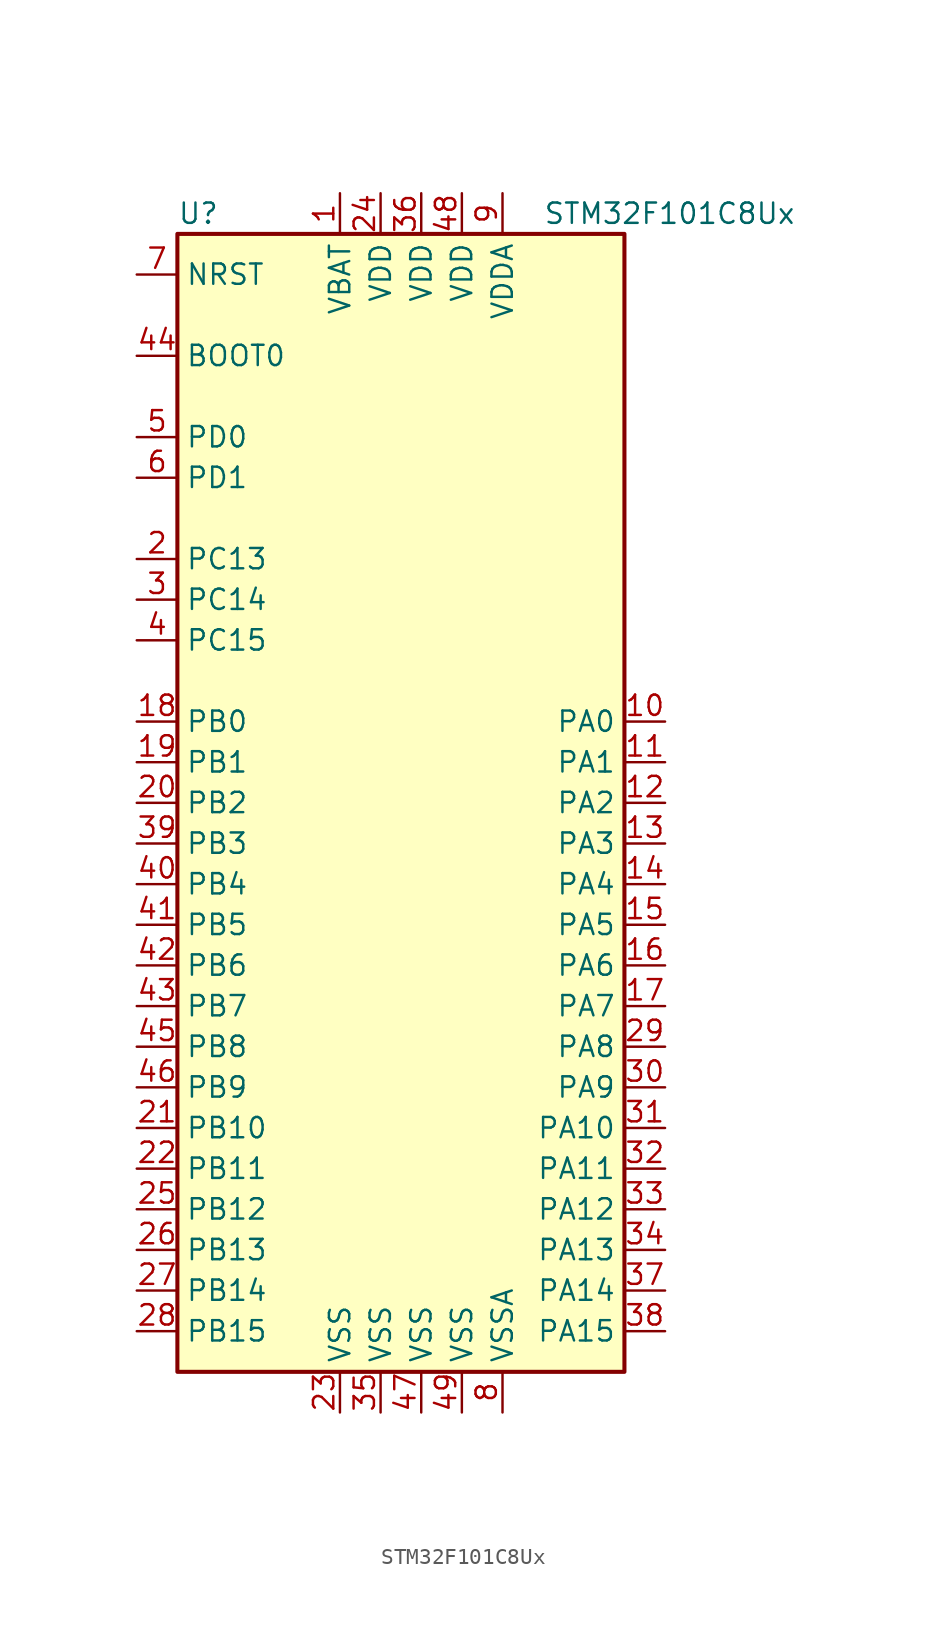
<source format=kicad_sym>
(kicad_symbol_lib
  (version 20211014)
  (generator kicad_symbol_editor)
  (symbol "STM32F101C8Ux"
    (property "Reference" "U"
      (at -15.24 36.83 0)
      (effects (font (size 1.27 1.27)) (justify left)))
    (property "Value" "STM32F101C8Ux"
      (at 7.62 36.83 0)
      (effects (font (size 1.27 1.27)) (justify left)))
    (symbol "STM32F101C8Ux_0_1"
      (rectangle (start -15.24 -35.56) (end 12.7 35.56) (stroke (width 0.254) (type default) (color 0 0 0 0)) (fill (type background))))
    (symbol "STM32F101C8Ux_1_1"
      (pin power_in line (at -5.08 38.1 270) (length 2.54) (name "VBAT" (effects (font (size 1.27 1.27)))) (number "1" (effects (font (size 1.27 1.27)))))
      (pin bidirectional line (at 15.24 5.08 180) (length 2.54) (name "PA0" (effects (font (size 1.27 1.27)))) (number "10" (effects (font (size 1.27 1.27)))))
      (pin bidirectional line (at 15.24 2.54 180) (length 2.54) (name "PA1" (effects (font (size 1.27 1.27)))) (number "11" (effects (font (size 1.27 1.27)))))
      (pin bidirectional line (at 15.24 0 180) (length 2.54) (name "PA2" (effects (font (size 1.27 1.27)))) (number "12" (effects (font (size 1.27 1.27)))))
      (pin bidirectional line (at 15.24 -2.54 180) (length 2.54) (name "PA3" (effects (font (size 1.27 1.27)))) (number "13" (effects (font (size 1.27 1.27)))))
      (pin bidirectional line (at 15.24 -5.08 180) (length 2.54) (name "PA4" (effects (font (size 1.27 1.27)))) (number "14" (effects (font (size 1.27 1.27)))))
      (pin bidirectional line (at 15.24 -7.62 180) (length 2.54) (name "PA5" (effects (font (size 1.27 1.27)))) (number "15" (effects (font (size 1.27 1.27)))))
      (pin bidirectional line (at 15.24 -10.16 180) (length 2.54) (name "PA6" (effects (font (size 1.27 1.27)))) (number "16" (effects (font (size 1.27 1.27)))))
      (pin bidirectional line (at 15.24 -12.7 180) (length 2.54) (name "PA7" (effects (font (size 1.27 1.27)))) (number "17" (effects (font (size 1.27 1.27)))))
      (pin bidirectional line (at -17.78 5.08 0) (length 2.54) (name "PB0" (effects (font (size 1.27 1.27)))) (number "18" (effects (font (size 1.27 1.27)))))
      (pin bidirectional line (at -17.78 2.54 0) (length 2.54) (name "PB1" (effects (font (size 1.27 1.27)))) (number "19" (effects (font (size 1.27 1.27)))))
      (pin bidirectional line (at -17.78 15.24 0) (length 2.54) (name "PC13" (effects (font (size 1.27 1.27)))) (number "2" (effects (font (size 1.27 1.27)))))
      (pin bidirectional line (at -17.78 0 0) (length 2.54) (name "PB2" (effects (font (size 1.27 1.27)))) (number "20" (effects (font (size 1.27 1.27)))))
      (pin bidirectional line (at -17.78 -20.32 0) (length 2.54) (name "PB10" (effects (font (size 1.27 1.27)))) (number "21" (effects (font (size 1.27 1.27)))))
      (pin bidirectional line (at -17.78 -22.86 0) (length 2.54) (name "PB11" (effects (font (size 1.27 1.27)))) (number "22" (effects (font (size 1.27 1.27)))))
      (pin power_in line (at -5.08 -38.1 90) (length 2.54) (name "VSS" (effects (font (size 1.27 1.27)))) (number "23" (effects (font (size 1.27 1.27)))))
      (pin power_in line (at -2.54 38.1 270) (length 2.54) (name "VDD" (effects (font (size 1.27 1.27)))) (number "24" (effects (font (size 1.27 1.27)))))
      (pin bidirectional line (at -17.78 -25.4 0) (length 2.54) (name "PB12" (effects (font (size 1.27 1.27)))) (number "25" (effects (font (size 1.27 1.27)))))
      (pin bidirectional line (at -17.78 -27.94 0) (length 2.54) (name "PB13" (effects (font (size 1.27 1.27)))) (number "26" (effects (font (size 1.27 1.27)))))
      (pin bidirectional line (at -17.78 -30.48 0) (length 2.54) (name "PB14" (effects (font (size 1.27 1.27)))) (number "27" (effects (font (size 1.27 1.27)))))
      (pin bidirectional line (at -17.78 -33.02 0) (length 2.54) (name "PB15" (effects (font (size 1.27 1.27)))) (number "28" (effects (font (size 1.27 1.27)))))
      (pin bidirectional line (at 15.24 -15.24 180) (length 2.54) (name "PA8" (effects (font (size 1.27 1.27)))) (number "29" (effects (font (size 1.27 1.27)))))
      (pin bidirectional line (at -17.78 12.7 0) (length 2.54) (name "PC14" (effects (font (size 1.27 1.27)))) (number "3" (effects (font (size 1.27 1.27)))))
      (pin bidirectional line (at 15.24 -17.78 180) (length 2.54) (name "PA9" (effects (font (size 1.27 1.27)))) (number "30" (effects (font (size 1.27 1.27)))))
      (pin bidirectional line (at 15.24 -20.32 180) (length 2.54) (name "PA10" (effects (font (size 1.27 1.27)))) (number "31" (effects (font (size 1.27 1.27)))))
      (pin bidirectional line (at 15.24 -22.86 180) (length 2.54) (name "PA11" (effects (font (size 1.27 1.27)))) (number "32" (effects (font (size 1.27 1.27)))))
      (pin bidirectional line (at 15.24 -25.4 180) (length 2.54) (name "PA12" (effects (font (size 1.27 1.27)))) (number "33" (effects (font (size 1.27 1.27)))))
      (pin bidirectional line (at 15.24 -27.94 180) (length 2.54) (name "PA13" (effects (font (size 1.27 1.27)))) (number "34" (effects (font (size 1.27 1.27)))))
      (pin power_in line (at -2.54 -38.1 90) (length 2.54) (name "VSS" (effects (font (size 1.27 1.27)))) (number "35" (effects (font (size 1.27 1.27)))))
      (pin power_in line (at 0 38.1 270) (length 2.54) (name "VDD" (effects (font (size 1.27 1.27)))) (number "36" (effects (font (size 1.27 1.27)))))
      (pin bidirectional line (at 15.24 -30.48 180) (length 2.54) (name "PA14" (effects (font (size 1.27 1.27)))) (number "37" (effects (font (size 1.27 1.27)))))
      (pin bidirectional line (at 15.24 -33.02 180) (length 2.54) (name "PA15" (effects (font (size 1.27 1.27)))) (number "38" (effects (font (size 1.27 1.27)))))
      (pin bidirectional line (at -17.78 -2.54 0) (length 2.54) (name "PB3" (effects (font (size 1.27 1.27)))) (number "39" (effects (font (size 1.27 1.27)))))
      (pin bidirectional line (at -17.78 10.16 0) (length 2.54) (name "PC15" (effects (font (size 1.27 1.27)))) (number "4" (effects (font (size 1.27 1.27)))))
      (pin bidirectional line (at -17.78 -5.08 0) (length 2.54) (name "PB4" (effects (font (size 1.27 1.27)))) (number "40" (effects (font (size 1.27 1.27)))))
      (pin bidirectional line (at -17.78 -7.62 0) (length 2.54) (name "PB5" (effects (font (size 1.27 1.27)))) (number "41" (effects (font (size 1.27 1.27)))))
      (pin bidirectional line (at -17.78 -10.16 0) (length 2.54) (name "PB6" (effects (font (size 1.27 1.27)))) (number "42" (effects (font (size 1.27 1.27)))))
      (pin bidirectional line (at -17.78 -12.7 0) (length 2.54) (name "PB7" (effects (font (size 1.27 1.27)))) (number "43" (effects (font (size 1.27 1.27)))))
      (pin input line (at -17.78 27.94 0) (length 2.54) (name "BOOT0" (effects (font (size 1.27 1.27)))) (number "44" (effects (font (size 1.27 1.27)))))
      (pin bidirectional line (at -17.78 -15.24 0) (length 2.54) (name "PB8" (effects (font (size 1.27 1.27)))) (number "45" (effects (font (size 1.27 1.27)))))
      (pin bidirectional line (at -17.78 -17.78 0) (length 2.54) (name "PB9" (effects (font (size 1.27 1.27)))) (number "46" (effects (font (size 1.27 1.27)))))
      (pin power_in line (at 0 -38.1 90) (length 2.54) (name "VSS" (effects (font (size 1.27 1.27)))) (number "47" (effects (font (size 1.27 1.27)))))
      (pin power_in line (at 2.54 38.1 270) (length 2.54) (name "VDD" (effects (font (size 1.27 1.27)))) (number "48" (effects (font (size 1.27 1.27)))))
      (pin power_in line (at 2.54 -38.1 90) (length 2.54) (name "VSS" (effects (font (size 1.27 1.27)))) (number "49" (effects (font (size 1.27 1.27)))))
      (pin input line (at -17.78 22.86 0) (length 2.54) (name "PD0" (effects (font (size 1.27 1.27)))) (number "5" (effects (font (size 1.27 1.27)))))
      (pin input line (at -17.78 20.32 0) (length 2.54) (name "PD1" (effects (font (size 1.27 1.27)))) (number "6" (effects (font (size 1.27 1.27)))))
      (pin input line (at -17.78 33.02 0) (length 2.54) (name "NRST" (effects (font (size 1.27 1.27)))) (number "7" (effects (font (size 1.27 1.27)))))
      (pin power_in line (at 5.08 -38.1 90) (length 2.54) (name "VSSA" (effects (font (size 1.27 1.27)))) (number "8" (effects (font (size 1.27 1.27)))))
      (pin power_in line (at 5.08 38.1 270) (length 2.54) (name "VDDA" (effects (font (size 1.27 1.27)))) (number "9" (effects (font (size 1.27 1.27))))))))
</source>
